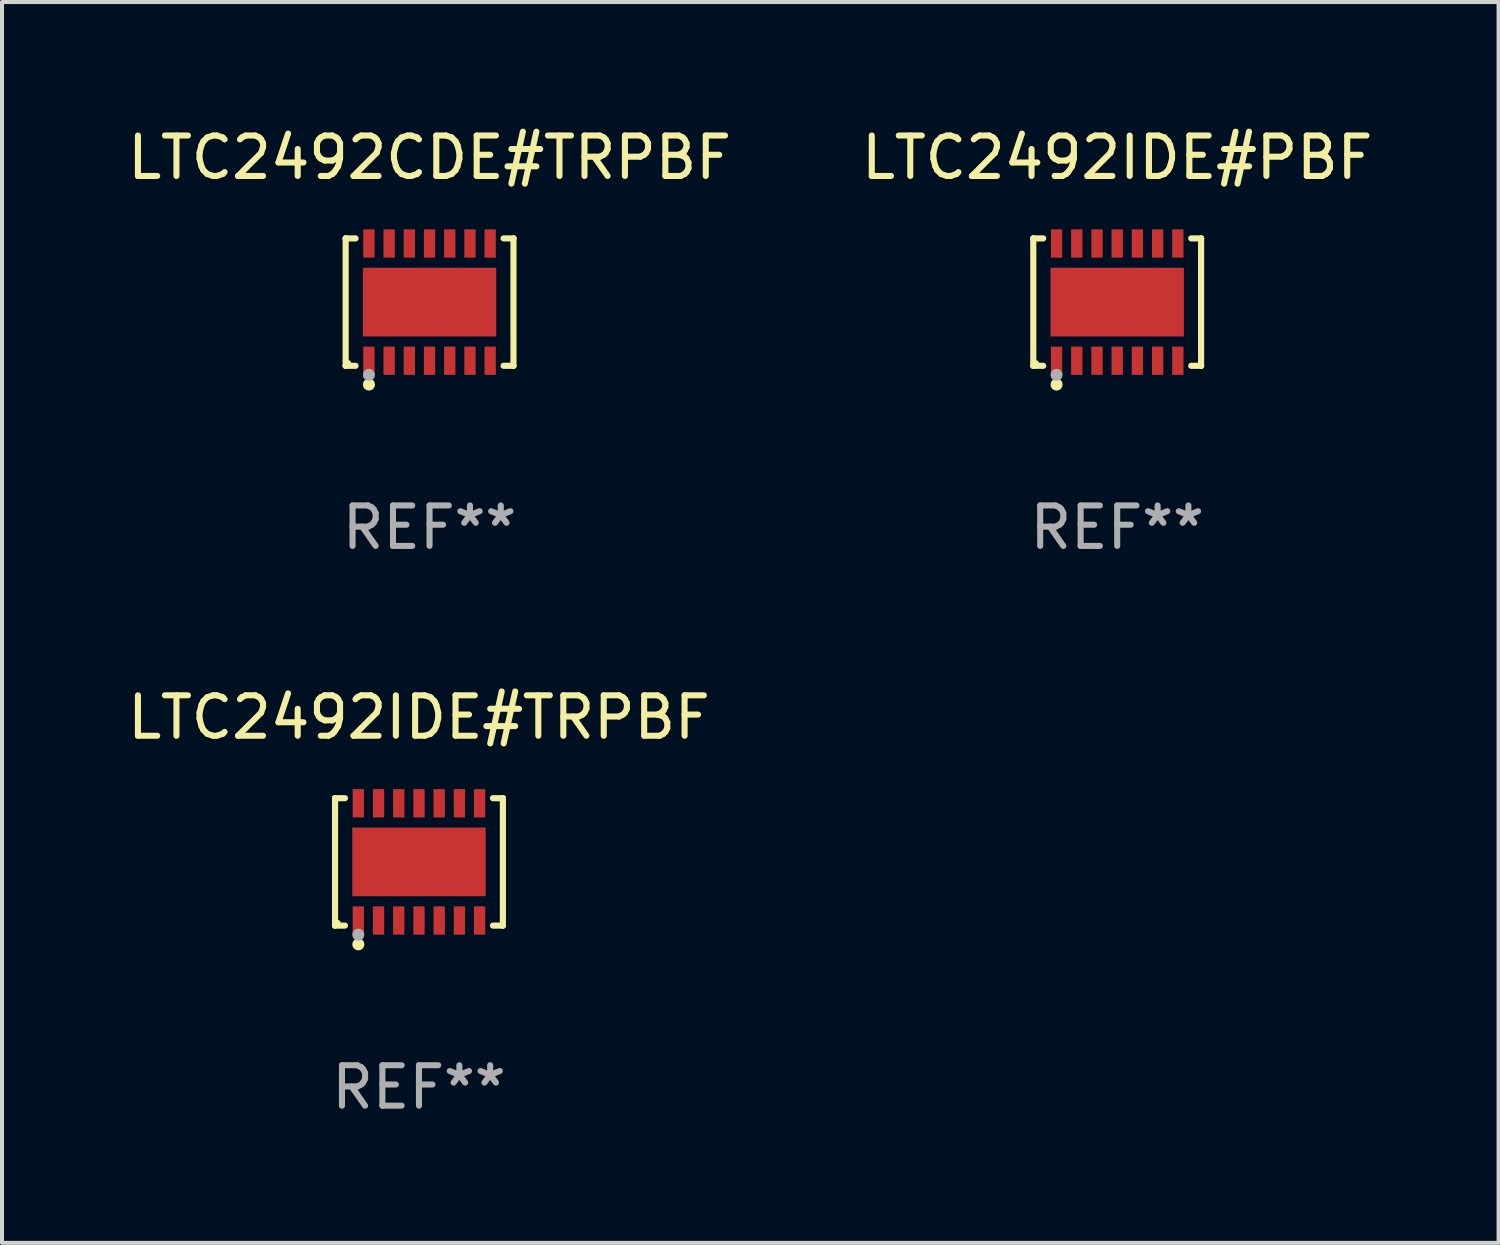
<source format=kicad_pcb>
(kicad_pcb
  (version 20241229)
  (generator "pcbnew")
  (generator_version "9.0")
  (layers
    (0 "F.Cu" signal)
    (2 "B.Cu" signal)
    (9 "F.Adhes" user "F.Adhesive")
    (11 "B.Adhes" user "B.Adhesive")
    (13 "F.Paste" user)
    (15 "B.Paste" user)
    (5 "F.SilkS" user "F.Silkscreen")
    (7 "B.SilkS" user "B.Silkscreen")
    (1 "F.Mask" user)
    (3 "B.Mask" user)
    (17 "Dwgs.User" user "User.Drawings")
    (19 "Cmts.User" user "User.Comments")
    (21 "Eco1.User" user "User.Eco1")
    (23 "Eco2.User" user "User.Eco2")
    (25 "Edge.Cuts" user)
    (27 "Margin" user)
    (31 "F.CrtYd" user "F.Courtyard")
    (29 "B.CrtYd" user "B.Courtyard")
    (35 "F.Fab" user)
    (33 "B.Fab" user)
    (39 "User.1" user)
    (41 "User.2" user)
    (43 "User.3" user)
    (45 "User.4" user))
  (footprint "LTC2492CDE#TRPBF"
    (layer "F.Cu")
    (at 7.577 4.424)
    (property "Reference" "LTC2492CDE#TRPBF" (at 0 -3.576 0) (layer "F.SilkS") (effects (font (size 1 1) (thickness 0.15))))
    (attr through_hole)
    (fp_line (start -2.076 -1.576) (end -2.076 -1.576) (stroke (width 0.152) (type solid)) (layer "F.SilkS"))
    (fp_line (start -2.076 -1.576) (end -1.831 -1.576) (stroke (width 0.152) (type solid)) (layer "F.SilkS"))
    (fp_line (start -2.076 1.576) (end -2.076 -1.576) (stroke (width 0.152) (type solid)) (layer "F.SilkS"))
    (fp_line (start -2.076 1.576) (end -2.076 1.576) (stroke (width 0.152) (type solid)) (layer "F.SilkS"))
    (fp_line (start -1.831 1.576) (end -2.076 1.576) (stroke (width 0.152) (type solid)) (layer "F.SilkS"))
    (fp_line (start 1.831 1.576) (end 2.076 1.576) (stroke (width 0.152) (type solid)) (layer "F.SilkS"))
    (fp_line (start 2.076 -1.576) (end 1.831 -1.576) (stroke (width 0.152) (type solid)) (layer "F.SilkS"))
    (fp_line (start 2.076 -1.576) (end 2.076 -1.576) (stroke (width 0.152) (type solid)) (layer "F.SilkS"))
    (fp_line (start 2.076 1.576) (end 2.076 -1.576) (stroke (width 0.152) (type solid)) (layer "F.SilkS"))
    (fp_line (start 2.076 1.576) (end 2.076 1.576) (stroke (width 0.152) (type solid)) (layer "F.SilkS"))
    (fp_circle (center -2 1.5) (end -1.97 1.5) (stroke (width 0.06) (type solid)) (fill no) (layer "F.SilkS"))
    (fp_circle (center -1.5 2.04) (end -1.425 2.04) (stroke (width 0.15) (type solid)) (fill no) (layer "F.SilkS"))
    (fp_circle (center -1.5 1.8) (end -1.425 1.8) (stroke (width 0.15) (type solid)) (fill no) (layer "F.Fab"))
    (fp_text user "REF**" (at 0 5.576 0) (layer "F.Fab") (effects (font (size 1 1) (thickness 0.15))))
    (pad "1" smd rect (at -1.5 1.45) (size 0.28 0.7) (layers "F.Cu" "F.Mask" "F.Paste"))
    (pad "2" smd rect (at -1 1.45) (size 0.28 0.7) (layers "F.Cu" "F.Mask" "F.Paste"))
    (pad "3" smd rect (at -0.5 1.45) (size 0.28 0.7) (layers "F.Cu" "F.Mask" "F.Paste"))
    (pad "4" smd rect (at 0 1.45) (size 0.28 0.7) (layers "F.Cu" "F.Mask" "F.Paste"))
    (pad "5" smd rect (at 0.5 1.45) (size 0.28 0.7) (layers "F.Cu" "F.Mask" "F.Paste"))
    (pad "6" smd rect (at 1 1.45) (size 0.28 0.7) (layers "F.Cu" "F.Mask" "F.Paste"))
    (pad "7" smd rect (at 1.5 1.45) (size 0.28 0.7) (layers "F.Cu" "F.Mask" "F.Paste"))
    (pad "8" smd rect (at 1.5 -1.45) (size 0.28 0.7) (layers "F.Cu" "F.Mask" "F.Paste"))
    (pad "9" smd rect (at 1 -1.45) (size 0.28 0.7) (layers "F.Cu" "F.Mask" "F.Paste"))
    (pad "10" smd rect (at 0.5 -1.45) (size 0.28 0.7) (layers "F.Cu" "F.Mask" "F.Paste"))
    (pad "11" smd rect (at 0 -1.45) (size 0.28 0.7) (layers "F.Cu" "F.Mask" "F.Paste"))
    (pad "12" smd rect (at -0.5 -1.45) (size 0.28 0.7) (layers "F.Cu" "F.Mask" "F.Paste"))
    (pad "13" smd rect (at -1 -1.45) (size 0.28 0.7) (layers "F.Cu" "F.Mask" "F.Paste"))
    (pad "14" smd rect (at -1.5 -1.45) (size 0.28 0.7) (layers "F.Cu" "F.Mask" "F.Paste"))
    (pad "15" smd rect (at 0 0) (size 3.3 1.7) (layers "F.Cu" "F.Mask" "F.Paste")))
  (footprint "LTC2492IDE#TRPBF"
    (layer "F.Cu")
    (at 7.315 18.273)
    (property "Reference" "LTC2492IDE#TRPBF" (at 0 -3.576 0) (layer "F.SilkS") (effects (font (size 1 1) (thickness 0.15))))
    (attr through_hole)
    (fp_line (start -2.076 -1.576) (end -2.076 -1.576) (stroke (width 0.152) (type solid)) (layer "F.SilkS"))
    (fp_line (start -2.076 -1.576) (end -1.831 -1.576) (stroke (width 0.152) (type solid)) (layer "F.SilkS"))
    (fp_line (start -2.076 1.576) (end -2.076 -1.576) (stroke (width 0.152) (type solid)) (layer "F.SilkS"))
    (fp_line (start -2.076 1.576) (end -2.076 1.576) (stroke (width 0.152) (type solid)) (layer "F.SilkS"))
    (fp_line (start -1.831 1.576) (end -2.076 1.576) (stroke (width 0.152) (type solid)) (layer "F.SilkS"))
    (fp_line (start 1.831 1.576) (end 2.076 1.576) (stroke (width 0.152) (type solid)) (layer "F.SilkS"))
    (fp_line (start 2.076 -1.576) (end 1.831 -1.576) (stroke (width 0.152) (type solid)) (layer "F.SilkS"))
    (fp_line (start 2.076 -1.576) (end 2.076 -1.576) (stroke (width 0.152) (type solid)) (layer "F.SilkS"))
    (fp_line (start 2.076 1.576) (end 2.076 -1.576) (stroke (width 0.152) (type solid)) (layer "F.SilkS"))
    (fp_line (start 2.076 1.576) (end 2.076 1.576) (stroke (width 0.152) (type solid)) (layer "F.SilkS"))
    (fp_circle (center -2 1.5) (end -1.97 1.5) (stroke (width 0.06) (type solid)) (fill no) (layer "F.SilkS"))
    (fp_circle (center -1.5 2.04) (end -1.425 2.04) (stroke (width 0.15) (type solid)) (fill no) (layer "F.SilkS"))
    (fp_circle (center -1.5 1.8) (end -1.425 1.8) (stroke (width 0.15) (type solid)) (fill no) (layer "F.Fab"))
    (fp_text user "REF**" (at 0 5.576 0) (layer "F.Fab") (effects (font (size 1 1) (thickness 0.15))))
    (pad "1" smd rect (at -1.5 1.45) (size 0.28 0.7) (layers "F.Cu" "F.Mask" "F.Paste"))
    (pad "2" smd rect (at -1 1.45) (size 0.28 0.7) (layers "F.Cu" "F.Mask" "F.Paste"))
    (pad "3" smd rect (at -0.5 1.45) (size 0.28 0.7) (layers "F.Cu" "F.Mask" "F.Paste"))
    (pad "4" smd rect (at 0 1.45) (size 0.28 0.7) (layers "F.Cu" "F.Mask" "F.Paste"))
    (pad "5" smd rect (at 0.5 1.45) (size 0.28 0.7) (layers "F.Cu" "F.Mask" "F.Paste"))
    (pad "6" smd rect (at 1 1.45) (size 0.28 0.7) (layers "F.Cu" "F.Mask" "F.Paste"))
    (pad "7" smd rect (at 1.5 1.45) (size 0.28 0.7) (layers "F.Cu" "F.Mask" "F.Paste"))
    (pad "8" smd rect (at 1.5 -1.45) (size 0.28 0.7) (layers "F.Cu" "F.Mask" "F.Paste"))
    (pad "9" smd rect (at 1 -1.45) (size 0.28 0.7) (layers "F.Cu" "F.Mask" "F.Paste"))
    (pad "10" smd rect (at 0.5 -1.45) (size 0.28 0.7) (layers "F.Cu" "F.Mask" "F.Paste"))
    (pad "11" smd rect (at 0 -1.45) (size 0.28 0.7) (layers "F.Cu" "F.Mask" "F.Paste"))
    (pad "12" smd rect (at -0.5 -1.45) (size 0.28 0.7) (layers "F.Cu" "F.Mask" "F.Paste"))
    (pad "13" smd rect (at -1 -1.45) (size 0.28 0.7) (layers "F.Cu" "F.Mask" "F.Paste"))
    (pad "14" smd rect (at -1.5 -1.45) (size 0.28 0.7) (layers "F.Cu" "F.Mask" "F.Paste"))
    (pad "15" smd rect (at 0 0) (size 3.3 1.7) (layers "F.Cu" "F.Mask" "F.Paste")))
  (footprint "LTC2492IDE#PBF"
    (layer "F.Cu")
    (at 24.589 4.424)
    (property "Reference" "LTC2492IDE#PBF" (at 0 -3.576 0) (layer "F.SilkS") (effects (font (size 1 1) (thickness 0.15))))
    (attr through_hole)
    (fp_line (start -2.076 -1.576) (end -2.076 -1.576) (stroke (width 0.152) (type solid)) (layer "F.SilkS"))
    (fp_line (start -2.076 -1.576) (end -1.831 -1.576) (stroke (width 0.152) (type solid)) (layer "F.SilkS"))
    (fp_line (start -2.076 1.576) (end -2.076 -1.576) (stroke (width 0.152) (type solid)) (layer "F.SilkS"))
    (fp_line (start -2.076 1.576) (end -2.076 1.576) (stroke (width 0.152) (type solid)) (layer "F.SilkS"))
    (fp_line (start -1.831 1.576) (end -2.076 1.576) (stroke (width 0.152) (type solid)) (layer "F.SilkS"))
    (fp_line (start 1.831 1.576) (end 2.076 1.576) (stroke (width 0.152) (type solid)) (layer "F.SilkS"))
    (fp_line (start 2.076 -1.576) (end 1.831 -1.576) (stroke (width 0.152) (type solid)) (layer "F.SilkS"))
    (fp_line (start 2.076 -1.576) (end 2.076 -1.576) (stroke (width 0.152) (type solid)) (layer "F.SilkS"))
    (fp_line (start 2.076 1.576) (end 2.076 -1.576) (stroke (width 0.152) (type solid)) (layer "F.SilkS"))
    (fp_line (start 2.076 1.576) (end 2.076 1.576) (stroke (width 0.152) (type solid)) (layer "F.SilkS"))
    (fp_circle (center -2 1.5) (end -1.97 1.5) (stroke (width 0.06) (type solid)) (fill no) (layer "F.SilkS"))
    (fp_circle (center -1.5 2.04) (end -1.425 2.04) (stroke (width 0.15) (type solid)) (fill no) (layer "F.SilkS"))
    (fp_circle (center -1.5 1.8) (end -1.425 1.8) (stroke (width 0.15) (type solid)) (fill no) (layer "F.Fab"))
    (fp_text user "REF**" (at 0 5.576 0) (layer "F.Fab") (effects (font (size 1 1) (thickness 0.15))))
    (pad "1" smd rect (at -1.5 1.45) (size 0.28 0.7) (layers "F.Cu" "F.Mask" "F.Paste"))
    (pad "2" smd rect (at -1 1.45) (size 0.28 0.7) (layers "F.Cu" "F.Mask" "F.Paste"))
    (pad "3" smd rect (at -0.5 1.45) (size 0.28 0.7) (layers "F.Cu" "F.Mask" "F.Paste"))
    (pad "4" smd rect (at 0 1.45) (size 0.28 0.7) (layers "F.Cu" "F.Mask" "F.Paste"))
    (pad "5" smd rect (at 0.5 1.45) (size 0.28 0.7) (layers "F.Cu" "F.Mask" "F.Paste"))
    (pad "6" smd rect (at 1 1.45) (size 0.28 0.7) (layers "F.Cu" "F.Mask" "F.Paste"))
    (pad "7" smd rect (at 1.5 1.45) (size 0.28 0.7) (layers "F.Cu" "F.Mask" "F.Paste"))
    (pad "8" smd rect (at 1.5 -1.45) (size 0.28 0.7) (layers "F.Cu" "F.Mask" "F.Paste"))
    (pad "9" smd rect (at 1 -1.45) (size 0.28 0.7) (layers "F.Cu" "F.Mask" "F.Paste"))
    (pad "10" smd rect (at 0.5 -1.45) (size 0.28 0.7) (layers "F.Cu" "F.Mask" "F.Paste"))
    (pad "11" smd rect (at 0 -1.45) (size 0.28 0.7) (layers "F.Cu" "F.Mask" "F.Paste"))
    (pad "12" smd rect (at -0.5 -1.45) (size 0.28 0.7) (layers "F.Cu" "F.Mask" "F.Paste"))
    (pad "13" smd rect (at -1 -1.45) (size 0.28 0.7) (layers "F.Cu" "F.Mask" "F.Paste"))
    (pad "14" smd rect (at -1.5 -1.45) (size 0.28 0.7) (layers "F.Cu" "F.Mask" "F.Paste"))
    (pad "15" smd rect (at 0 0) (size 3.3 1.7) (layers "F.Cu" "F.Mask" "F.Paste")))
  (gr_rect
    (start -3 -3)
    (end 34.024 27.698)
    (stroke (width 0.1) (type default))
    (fill no)
    (layer "Edge.Cuts")))
</source>
